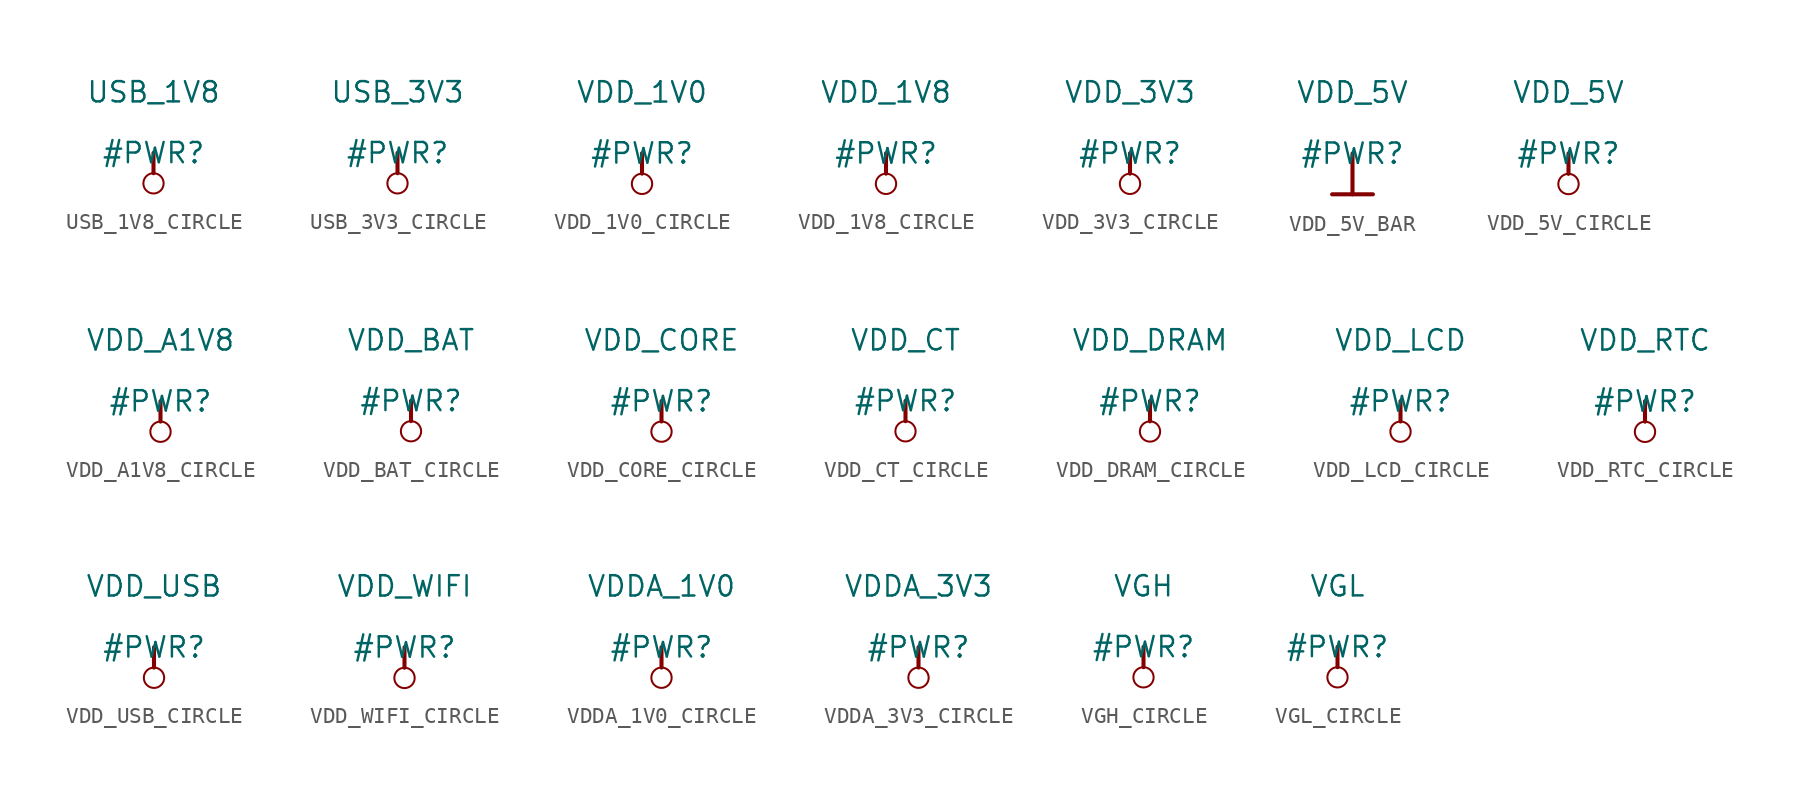
<source format=kicad_sym>
(kicad_symbol_lib
  (version 20231120)
  (generator "kicad_symbol_editor")
  (generator_version "8.0")
  (symbol "USB_1V8_CIRCLE"
    (power)
    (property "Reference" "#PWR"
      (at 0 0 0)
      (effects (font (size 1.27 1.27))))
    (property "Value" "USB_1V8"
      (at 0 3.81 0)
      (effects (font (size 1.27 1.27))))
    (symbol "USB_1V8_CIRCLE_0_0"
      (circle (center 0 -1.905) (radius 0.635) (stroke (width 0.127) (type solid)) (fill (type none)))
      (polyline (pts (xy 0 0) (xy 0 -1.27)) (stroke (width 0.254) (type solid)) (fill (type none)))
      (pin power_in line (at 0 0 0) (length 0) hide (name "USB_1V8" (effects (font (size 1.27 1.27)))) (number "" (effects (font (size 1.27 1.27)))))))
  (symbol "USB_3V3_CIRCLE"
    (power)
    (property "Reference" "#PWR"
      (at 0 0 0)
      (effects (font (size 1.27 1.27))))
    (property "Value" "USB_3V3"
      (at 0 3.81 0)
      (effects (font (size 1.27 1.27))))
    (symbol "USB_3V3_CIRCLE_0_0"
      (circle (center 0 -1.905) (radius 0.635) (stroke (width 0.127) (type solid)) (fill (type none)))
      (polyline (pts (xy 0 0) (xy 0 -1.27)) (stroke (width 0.254) (type solid)) (fill (type none)))
      (pin power_in line (at 0 0 0) (length 0) hide (name "USB_3V3" (effects (font (size 1.27 1.27)))) (number "" (effects (font (size 1.27 1.27)))))))
  (symbol "VDD_1V0_CIRCLE"
    (power)
    (property "Reference" "#PWR"
      (at 0 0 0)
      (effects (font (size 1.27 1.27))))
    (property "Value" "VDD_1V0"
      (at 0 3.81 0)
      (effects (font (size 1.27 1.27))))
    (symbol "VDD_1V0_CIRCLE_0_0"
      (circle (center 0 -1.905) (radius 0.635) (stroke (width 0.127) (type solid)) (fill (type none)))
      (polyline (pts (xy 0 0) (xy 0 -1.27)) (stroke (width 0.254) (type solid)) (fill (type none)))
      (pin power_in line (at 0 0 0) (length 0) hide (name "VDD_1V0" (effects (font (size 1.27 1.27)))) (number "" (effects (font (size 1.27 1.27)))))))
  (symbol "VDD_1V8_CIRCLE"
    (power)
    (property "Reference" "#PWR"
      (at 0 0 0)
      (effects (font (size 1.27 1.27))))
    (property "Value" "VDD_1V8"
      (at 0 3.81 0)
      (effects (font (size 1.27 1.27))))
    (symbol "VDD_1V8_CIRCLE_0_0"
      (circle (center 0 -1.905) (radius 0.635) (stroke (width 0.127) (type solid)) (fill (type none)))
      (polyline (pts (xy 0 0) (xy 0 -1.27)) (stroke (width 0.254) (type solid)) (fill (type none)))
      (pin power_in line (at 0 0 0) (length 0) hide (name "VDD_1V8" (effects (font (size 1.27 1.27)))) (number "" (effects (font (size 1.27 1.27)))))))
  (symbol "VDD_3V3_CIRCLE"
    (power)
    (property "Reference" "#PWR"
      (at 0 0 0)
      (effects (font (size 1.27 1.27))))
    (property "Value" "VDD_3V3"
      (at 0 3.81 0)
      (effects (font (size 1.27 1.27))))
    (symbol "VDD_3V3_CIRCLE_0_0"
      (circle (center 0 -1.905) (radius 0.635) (stroke (width 0.127) (type solid)) (fill (type none)))
      (polyline (pts (xy 0 0) (xy 0 -1.27)) (stroke (width 0.254) (type solid)) (fill (type none)))
      (pin power_in line (at 0 0 0) (length 0) hide (name "VDD_3V3" (effects (font (size 1.27 1.27)))) (number "" (effects (font (size 1.27 1.27)))))))
  (symbol "VDD_5V_BAR"
    (power)
    (property "Reference" "#PWR"
      (at 0 0 0)
      (effects (font (size 1.27 1.27))))
    (property "Value" "VDD_5V"
      (at 0 3.81 0)
      (effects (font (size 1.27 1.27))))
    (symbol "VDD_5V_BAR_0_0"
      (polyline (pts (xy -1.27 -2.54) (xy 1.27 -2.54)) (stroke (width 0.254) (type solid)) (fill (type none)))
      (polyline (pts (xy 0 0) (xy 0 -2.54)) (stroke (width 0.254) (type solid)) (fill (type none)))
      (pin power_in line (at 0 0 0) (length 0) hide (name "VDD_5V" (effects (font (size 1.27 1.27)))) (number "" (effects (font (size 1.27 1.27)))))))
  (symbol "VDD_5V_CIRCLE"
    (power)
    (property "Reference" "#PWR"
      (at 0 0 0)
      (effects (font (size 1.27 1.27))))
    (property "Value" "VDD_5V"
      (at 0 3.81 0)
      (effects (font (size 1.27 1.27))))
    (symbol "VDD_5V_CIRCLE_0_0"
      (circle (center 0 -1.905) (radius 0.635) (stroke (width 0.127) (type solid)) (fill (type none)))
      (polyline (pts (xy 0 0) (xy 0 -1.27)) (stroke (width 0.254) (type solid)) (fill (type none)))
      (pin power_in line (at 0 0 0) (length 0) hide (name "VDD_5V" (effects (font (size 1.27 1.27)))) (number "" (effects (font (size 1.27 1.27)))))))
  (symbol "VDD_A1V8_CIRCLE"
    (power)
    (property "Reference" "#PWR"
      (at 0 0 0)
      (effects (font (size 1.27 1.27))))
    (property "Value" "VDD_A1V8"
      (at 0 3.81 0)
      (effects (font (size 1.27 1.27))))
    (symbol "VDD_A1V8_CIRCLE_0_0"
      (circle (center 0 -1.905) (radius 0.635) (stroke (width 0.127) (type solid)) (fill (type none)))
      (polyline (pts (xy 0 0) (xy 0 -1.27)) (stroke (width 0.254) (type solid)) (fill (type none)))
      (pin power_in line (at 0 0 0) (length 0) hide (name "VDD_A1V8" (effects (font (size 1.27 1.27)))) (number "" (effects (font (size 1.27 1.27)))))))
  (symbol "VDD_BAT_CIRCLE"
    (power)
    (property "Reference" "#PWR"
      (at 0 0 0)
      (effects (font (size 1.27 1.27))))
    (property "Value" "VDD_BAT"
      (at 0 3.81 0)
      (effects (font (size 1.27 1.27))))
    (symbol "VDD_BAT_CIRCLE_0_0"
      (circle (center 0 -1.905) (radius 0.635) (stroke (width 0.127) (type solid)) (fill (type none)))
      (polyline (pts (xy 0 0) (xy 0 -1.27)) (stroke (width 0.254) (type solid)) (fill (type none)))
      (pin power_in line (at 0 0 0) (length 0) hide (name "VDD_BAT" (effects (font (size 1.27 1.27)))) (number "" (effects (font (size 1.27 1.27)))))))
  (symbol "VDD_CORE_CIRCLE"
    (power)
    (property "Reference" "#PWR"
      (at 0 0 0)
      (effects (font (size 1.27 1.27))))
    (property "Value" "VDD_CORE"
      (at 0 3.81 0)
      (effects (font (size 1.27 1.27))))
    (symbol "VDD_CORE_CIRCLE_0_0"
      (circle (center 0 -1.905) (radius 0.635) (stroke (width 0.127) (type solid)) (fill (type none)))
      (polyline (pts (xy 0 0) (xy 0 -1.27)) (stroke (width 0.254) (type solid)) (fill (type none)))
      (pin power_in line (at 0 0 0) (length 0) hide (name "VDD_CORE" (effects (font (size 1.27 1.27)))) (number "" (effects (font (size 1.27 1.27)))))))
  (symbol "VDD_CT_CIRCLE"
    (power)
    (property "Reference" "#PWR"
      (at 0 0 0)
      (effects (font (size 1.27 1.27))))
    (property "Value" "VDD_CT"
      (at 0 3.81 0)
      (effects (font (size 1.27 1.27))))
    (symbol "VDD_CT_CIRCLE_0_0"
      (circle (center 0 -1.905) (radius 0.635) (stroke (width 0.127) (type solid)) (fill (type none)))
      (polyline (pts (xy 0 0) (xy 0 -1.27)) (stroke (width 0.254) (type solid)) (fill (type none)))
      (pin power_in line (at 0 0 0) (length 0) hide (name "VDD_CT" (effects (font (size 1.27 1.27)))) (number "" (effects (font (size 1.27 1.27)))))))
  (symbol "VDD_DRAM_CIRCLE"
    (power)
    (property "Reference" "#PWR"
      (at 0 0 0)
      (effects (font (size 1.27 1.27))))
    (property "Value" "VDD_DRAM"
      (at 0 3.81 0)
      (effects (font (size 1.27 1.27))))
    (symbol "VDD_DRAM_CIRCLE_0_0"
      (circle (center 0 -1.905) (radius 0.635) (stroke (width 0.127) (type solid)) (fill (type none)))
      (polyline (pts (xy 0 0) (xy 0 -1.27)) (stroke (width 0.254) (type solid)) (fill (type none)))
      (pin power_in line (at 0 0 0) (length 0) hide (name "VDD_DRAM" (effects (font (size 1.27 1.27)))) (number "" (effects (font (size 1.27 1.27)))))))
  (symbol "VDD_LCD_CIRCLE"
    (power)
    (property "Reference" "#PWR"
      (at 0 0 0)
      (effects (font (size 1.27 1.27))))
    (property "Value" "VDD_LCD"
      (at 0 3.81 0)
      (effects (font (size 1.27 1.27))))
    (symbol "VDD_LCD_CIRCLE_0_0"
      (circle (center 0 -1.905) (radius 0.635) (stroke (width 0.127) (type solid)) (fill (type none)))
      (polyline (pts (xy 0 0) (xy 0 -1.27)) (stroke (width 0.254) (type solid)) (fill (type none)))
      (pin power_in line (at 0 0 0) (length 0) hide (name "VDD_LCD" (effects (font (size 1.27 1.27)))) (number "" (effects (font (size 1.27 1.27)))))))
  (symbol "VDD_RTC_CIRCLE"
    (power)
    (property "Reference" "#PWR"
      (at 0 0 0)
      (effects (font (size 1.27 1.27))))
    (property "Value" "VDD_RTC"
      (at 0 3.81 0)
      (effects (font (size 1.27 1.27))))
    (symbol "VDD_RTC_CIRCLE_0_0"
      (circle (center 0 -1.905) (radius 0.635) (stroke (width 0.127) (type solid)) (fill (type none)))
      (polyline (pts (xy 0 0) (xy 0 -1.27)) (stroke (width 0.254) (type solid)) (fill (type none)))
      (pin power_in line (at 0 0 0) (length 0) hide (name "VDD_RTC" (effects (font (size 1.27 1.27)))) (number "" (effects (font (size 1.27 1.27)))))))
  (symbol "VDD_USB_CIRCLE"
    (power)
    (property "Reference" "#PWR"
      (at 0 0 0)
      (effects (font (size 1.27 1.27))))
    (property "Value" "VDD_USB"
      (at 0 3.81 0)
      (effects (font (size 1.27 1.27))))
    (symbol "VDD_USB_CIRCLE_0_0"
      (circle (center 0 -1.905) (radius 0.635) (stroke (width 0.127) (type solid)) (fill (type none)))
      (polyline (pts (xy 0 0) (xy 0 -1.27)) (stroke (width 0.254) (type solid)) (fill (type none)))
      (pin power_in line (at 0 0 0) (length 0) hide (name "VDD_USB" (effects (font (size 1.27 1.27)))) (number "" (effects (font (size 1.27 1.27)))))))
  (symbol "VDD_WIFI_CIRCLE"
    (power)
    (property "Reference" "#PWR"
      (at 0 0 0)
      (effects (font (size 1.27 1.27))))
    (property "Value" "VDD_WIFI"
      (at 0 3.81 0)
      (effects (font (size 1.27 1.27))))
    (symbol "VDD_WIFI_CIRCLE_0_0"
      (circle (center 0 -1.905) (radius 0.635) (stroke (width 0.127) (type solid)) (fill (type none)))
      (polyline (pts (xy 0 0) (xy 0 -1.27)) (stroke (width 0.254) (type solid)) (fill (type none)))
      (pin power_in line (at 0 0 0) (length 0) hide (name "VDD_WIFI" (effects (font (size 1.27 1.27)))) (number "" (effects (font (size 1.27 1.27)))))))
  (symbol "VDDA_1V0_CIRCLE"
    (power)
    (property "Reference" "#PWR"
      (at 0 0 0)
      (effects (font (size 1.27 1.27))))
    (property "Value" "VDDA_1V0"
      (at 0 3.81 0)
      (effects (font (size 1.27 1.27))))
    (symbol "VDDA_1V0_CIRCLE_0_0"
      (circle (center 0 -1.905) (radius 0.635) (stroke (width 0.127) (type solid)) (fill (type none)))
      (polyline (pts (xy 0 0) (xy 0 -1.27)) (stroke (width 0.254) (type solid)) (fill (type none)))
      (pin power_in line (at 0 0 0) (length 0) hide (name "VDDA_1V0" (effects (font (size 1.27 1.27)))) (number "" (effects (font (size 1.27 1.27)))))))
  (symbol "VDDA_3V3_CIRCLE"
    (power)
    (property "Reference" "#PWR"
      (at 0 0 0)
      (effects (font (size 1.27 1.27))))
    (property "Value" "VDDA_3V3"
      (at 0 3.81 0)
      (effects (font (size 1.27 1.27))))
    (symbol "VDDA_3V3_CIRCLE_0_0"
      (circle (center 0 -1.905) (radius 0.635) (stroke (width 0.127) (type solid)) (fill (type none)))
      (polyline (pts (xy 0 0) (xy 0 -1.27)) (stroke (width 0.254) (type solid)) (fill (type none)))
      (pin power_in line (at 0 0 0) (length 0) hide (name "VDDA_3V3" (effects (font (size 1.27 1.27)))) (number "" (effects (font (size 1.27 1.27)))))))
  (symbol "VGH_CIRCLE"
    (power)
    (property "Reference" "#PWR"
      (at 0 0 0)
      (effects (font (size 1.27 1.27))))
    (property "Value" "VGH"
      (at 0 3.81 0)
      (effects (font (size 1.27 1.27))))
    (symbol "VGH_CIRCLE_0_0"
      (circle (center 0 -1.905) (radius 0.635) (stroke (width 0.127) (type solid)) (fill (type none)))
      (polyline (pts (xy 0 0) (xy 0 -1.27)) (stroke (width 0.254) (type solid)) (fill (type none)))
      (pin power_in line (at 0 0 0) (length 0) hide (name "VGH" (effects (font (size 1.27 1.27)))) (number "" (effects (font (size 1.27 1.27)))))))
  (symbol "VGL_CIRCLE"
    (power)
    (property "Reference" "#PWR"
      (at 0 0 0)
      (effects (font (size 1.27 1.27))))
    (property "Value" "VGL"
      (at 0 3.81 0)
      (effects (font (size 1.27 1.27))))
    (symbol "VGL_CIRCLE_0_0"
      (circle (center 0 -1.905) (radius 0.635) (stroke (width 0.127) (type solid)) (fill (type none)))
      (polyline (pts (xy 0 0) (xy 0 -1.27)) (stroke (width 0.254) (type solid)) (fill (type none)))
      (pin power_in line (at 0 0 0) (length 0) hide (name "VGL" (effects (font (size 1.27 1.27)))) (number "" (effects (font (size 1.27 1.27))))))))
</source>
